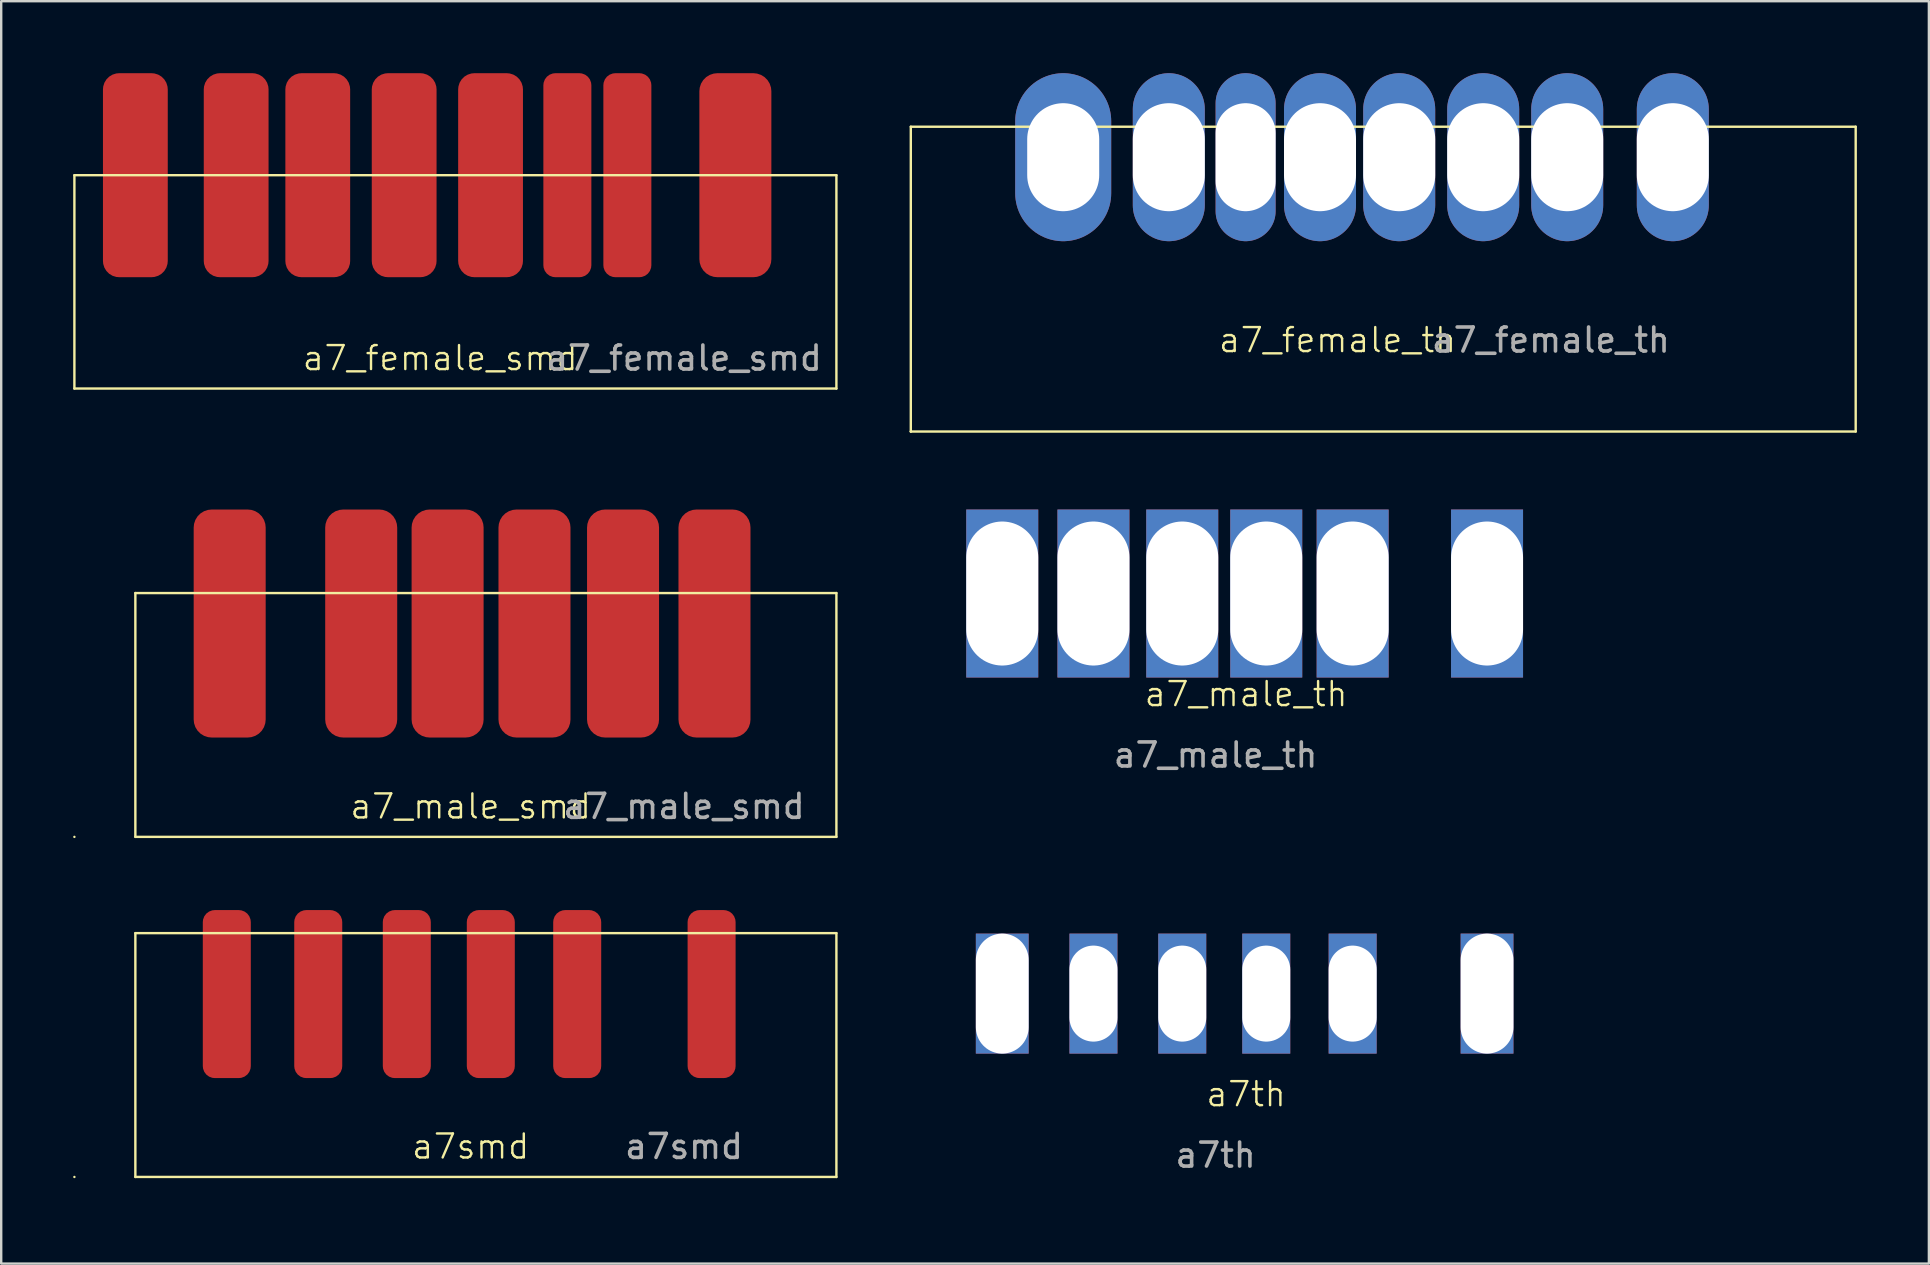
<source format=kicad_pcb>
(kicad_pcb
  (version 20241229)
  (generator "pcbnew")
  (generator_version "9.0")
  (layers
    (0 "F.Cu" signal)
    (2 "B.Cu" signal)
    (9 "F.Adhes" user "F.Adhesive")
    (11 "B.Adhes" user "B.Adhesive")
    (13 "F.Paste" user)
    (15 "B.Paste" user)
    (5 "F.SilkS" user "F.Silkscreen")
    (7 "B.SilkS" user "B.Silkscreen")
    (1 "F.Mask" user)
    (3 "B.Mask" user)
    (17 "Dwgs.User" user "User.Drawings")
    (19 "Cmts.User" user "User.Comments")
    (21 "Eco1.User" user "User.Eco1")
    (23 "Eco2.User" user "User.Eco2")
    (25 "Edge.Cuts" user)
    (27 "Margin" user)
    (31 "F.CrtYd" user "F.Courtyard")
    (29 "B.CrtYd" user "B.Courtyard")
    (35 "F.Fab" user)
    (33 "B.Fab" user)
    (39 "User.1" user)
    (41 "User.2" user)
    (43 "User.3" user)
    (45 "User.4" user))
  (footprint "a7th"
    (layer "F.Cu")
    (at 38.71 46.35)
    (property "Reference" "a7th" (at 10.16 -3.81 0) (unlocked yes) (layer "F.SilkS") (effects (font (size 1 1) (thickness 0.1))))
    (attr through_hole)
    (fp_line (start -3.81 -11.43) (end 22.86 -11.43) (stroke (width 0.1) (type default)) (layer "B.Mask"))
    (fp_line (start -3.81 0) (end -3.81 -11.43) (stroke (width 0.1) (type default)) (layer "B.Mask"))
    (fp_line (start 22.86 -11.43) (end 22.86 0) (stroke (width 0.1) (type default)) (layer "B.Mask"))
    (fp_line (start 22.86 0) (end -3.81 0) (stroke (width 0.1) (type default)) (layer "B.Mask"))
    (fp_text user "${REFERENCE}" (at 8.89 -1.27 0) (unlocked yes) (layer "F.Fab") (effects (font (size 1 1) (thickness 0.15))))
    (pad "1" thru_hole rect (at 0 -8 90) (size 5 2.2) (drill oval 5 2.2) (layers "*.Cu" "*.Mask"))
    (pad "2" thru_hole rect (at 3.8 -8 90) (size 5 2) (drill oval 4 2) (layers "*.Cu" "*.Mask"))
    (pad "3" thru_hole rect (at 7.5 -8 90) (size 5 2) (drill oval 4 2) (layers "*.Cu" "*.Mask"))
    (pad "4" thru_hole rect (at 11 -8 90) (size 5 2) (drill oval 4 2) (layers "*.Cu" "*.Mask"))
    (pad "5" thru_hole rect (at 14.6 -8 90) (size 5 2) (drill oval 4 2) (layers "*.Cu" "*.Mask"))
    (pad "6" thru_hole rect (at 20.2 -8 90) (size 5 2.2) (drill oval 5 2.2) (layers "*.Cu" "*.Mask")))
  (footprint "a7_female_th"
    (layer "F.Cu")
    (at 41.25 14.93)
    (property "Reference" "a7_female_th" (at 11.43 -3.81 0) (unlocked yes) (layer "F.SilkS") (effects (font (size 1 1) (thickness 0.1))))
    (attr through_hole)
    (fp_line (start -6.35 -12.7) (end 25.4 -12.7) (stroke (width 0.1) (type default)) (layer "F.SilkS"))
    (fp_line (start -6.35 0) (end -6.35 -12.7) (stroke (width 0.1) (type default)) (layer "F.SilkS"))
    (fp_line (start -6.35 0) (end -6.35 0) (stroke (width 0.1) (type default)) (layer "F.SilkS"))
    (fp_line (start 25.4 -12.7) (end 33.02 -12.7) (stroke (width 0.1) (type default)) (layer "F.SilkS"))
    (fp_line (start 33.02 -12.7) (end 33.02 0) (stroke (width 0.1) (type default)) (layer "F.SilkS"))
    (fp_line (start 33.02 0) (end -6.35 0) (stroke (width 0.1) (type default)) (layer "F.SilkS"))
    (fp_text user "${REFERENCE}" (at 20.32 -3.81 0) (unlocked yes) (layer "F.Fab") (effects (font (size 1 1) (thickness 0.15))))
    (pad "1" thru_hole oval (at 0 -11.43 90) (size 7 4) (drill oval 4.5 3) (layers "*.Cu" "*.Mask"))
    (pad "2" thru_hole oval (at 4.4 -11.43 90) (size 7 3) (drill oval 4.5 3) (layers "*.Cu" "*.Mask"))
    (pad "3" thru_hole oval (at 7.6 -11.43 90) (size 7 2.5) (drill oval 4.5 2.5) (layers "*.Cu" "*.Mask"))
    (pad "4" thru_hole oval (at 10.7 -11.43 90) (size 7 3) (drill oval 4.5 3) (layers "*.Cu" "*.Mask"))
    (pad "5" thru_hole oval (at 14 -11.43 90) (size 7 3) (drill oval 4.5 3) (layers "*.Cu" "*.Mask"))
    (pad "6" thru_hole oval (at 17.5 -11.43 90) (size 7 3) (drill oval 4.5 3) (layers "*.Cu" "*.Mask"))
    (pad "7" thru_hole oval (at 21 -11.43 90) (size 7 3) (drill oval 4.5 3) (layers "*.Cu" "*.Mask"))
    (pad "8" thru_hole oval (at 25.4 -11.43 90) (size 7 3) (drill oval 4.5 3) (layers "*.Cu" "*.Mask")))
  (footprint "a7_female_smd"
    (layer "F.Cu")
    (at 2.59 10.6)
    (property "Reference" "a7_female_smd" (at 12.7 1.27 0) (unlocked yes) (layer "F.SilkS") (effects (font (size 1 1) (thickness 0.1))))
    (attr smd)
    (fp_line (start -2.54 -6.35) (end 29.21 -6.35) (stroke (width 0.1) (type default)) (layer "F.SilkS"))
    (fp_line (start -2.54 2.54) (end -2.54 -6.35) (stroke (width 0.1) (type default)) (layer "F.SilkS"))
    (fp_line (start 29.21 -6.35) (end 29.21 2.54) (stroke (width 0.1) (type default)) (layer "F.SilkS"))
    (fp_line (start 29.21 2.54) (end -2.54 2.54) (stroke (width 0.1) (type default)) (layer "F.SilkS"))
    (fp_text user "${REFERENCE}" (at 22.86 1.27 0) (unlocked yes) (layer "F.Fab") (effects (font (size 1 1) (thickness 0.15))))
    (pad "1" smd roundrect (at 0 -6.35 90) (size 8.5 2.7) (layers "F.Cu" "F.Mask" "F.Paste") (roundrect_rratio 0.25))
    (pad "2" smd roundrect (at 4.2 -6.35 90) (size 8.5 2.7) (layers "F.Cu" "F.Mask" "F.Paste") (roundrect_rratio 0.25))
    (pad "3" smd roundrect (at 7.6 -6.35 90) (size 8.5 2.7) (layers "F.Cu" "F.Mask" "F.Paste") (roundrect_rratio 0.25))
    (pad "4" smd roundrect (at 11.2 -6.35 90) (size 8.5 2.7) (layers "F.Cu" "F.Mask" "F.Paste") (roundrect_rratio 0.25))
    (pad "5" smd roundrect (at 14.8 -6.35 90) (size 8.5 2.7) (layers "F.Cu" "F.Mask" "F.Paste") (roundrect_rratio 0.25))
    (pad "6" smd roundrect (at 18 -6.35 90) (size 8.5 2) (layers "F.Cu" "F.Mask" "F.Paste") (roundrect_rratio 0.25))
    (pad "7" smd roundrect (at 20.5 -6.35 90) (size 8.5 2) (layers "F.Cu" "F.Mask" "F.Paste") (roundrect_rratio 0.25))
    (pad "7" smd roundrect (at 25 -6.35 90) (size 8.5 3) (layers "F.Cu" "F.Mask" "F.Paste") (roundrect_rratio 0.25)))
  (footprint "a7_male_th"
    (layer "F.Cu")
    (at 38.71 29.68)
    (property "Reference" "a7_male_th" (at 10.16 -3.81 0) (unlocked yes) (layer "F.SilkS") (effects (font (size 1 1) (thickness 0.1))))
    (attr through_hole)
    (fp_line (start -3.81 -11.43) (end 22.86 -11.43) (stroke (width 0.1) (type default)) (layer "B.Mask"))
    (fp_line (start -3.81 0) (end -3.81 -11.43) (stroke (width 0.1) (type default)) (layer "B.Mask"))
    (fp_line (start 22.86 -11.43) (end 22.86 0) (stroke (width 0.1) (type default)) (layer "B.Mask"))
    (fp_line (start 22.86 0) (end -3.81 0) (stroke (width 0.1) (type default)) (layer "B.Mask"))
    (fp_text user "${REFERENCE}" (at 8.89 -1.27 0) (unlocked yes) (layer "F.Fab") (effects (font (size 1 1) (thickness 0.15))))
    (pad "1" thru_hole rect (at 0 -8 90) (size 7 3) (drill oval 6 3) (layers "*.Cu" "*.Mask"))
    (pad "2" thru_hole rect (at 3.8 -8 90) (size 7 3) (drill oval 6 3) (layers "*.Cu" "*.Mask"))
    (pad "3" thru_hole rect (at 7.5 -8 90) (size 7 3) (drill oval 6 3) (layers "*.Cu" "*.Mask"))
    (pad "4" thru_hole rect (at 11 -8 90) (size 7 3) (drill oval 6 3) (layers "*.Cu" "*.Mask"))
    (pad "5" thru_hole rect (at 14.6 -8 90) (size 7 3) (drill oval 6 3) (layers "*.Cu" "*.Mask"))
    (pad "6" thru_hole rect (at 20.2 -8 90) (size 7 3) (drill oval 6 3) (layers "*.Cu" "*.Mask")))
  (footprint "a7_male_smd"
    (layer "F.Cu")
    (at 6.4 30.55)
    (property "Reference" "a7_male_smd" (at 10.16 0 0) (unlocked yes) (layer "F.SilkS") (effects (font (size 1 1) (thickness 0.1))))
    (attr smd)
    (fp_line (start -6.35 1.27) (end -6.35 1.27) (stroke (width 0.1) (type default)) (layer "F.SilkS"))
    (fp_line (start -3.81 1.27) (end -3.81 -8.89) (stroke (width 0.1) (type default)) (layer "F.SilkS"))
    (fp_line (start 25.4 -8.89) (end -3.81 -8.89) (stroke (width 0.1) (type default)) (layer "F.SilkS"))
    (fp_line (start 25.4 -8.89) (end 25.4 1.27) (stroke (width 0.1) (type default)) (layer "F.SilkS"))
    (fp_line (start 25.4 1.27) (end -3.81 1.27) (stroke (width 0.1) (type default)) (layer "F.SilkS"))
    (fp_text user "${REFERENCE}" (at 19.05 0 0) (unlocked yes) (layer "F.Fab") (effects (font (size 1 1) (thickness 0.15))))
    (pad "1" smd roundrect (at 0.12 -7.62 270) (size 9.5 3) (layers "F.Cu" "F.Mask" "F.Paste") (roundrect_rratio 0.25))
    (pad "2" smd roundrect (at 5.6 -7.62 270) (size 9.5 3) (layers "F.Cu" "F.Mask" "F.Paste") (roundrect_rratio 0.25))
    (pad "3" smd roundrect (at 9.2 -7.62 270) (size 9.5 3) (layers "F.Cu" "F.Mask" "F.Paste") (roundrect_rratio 0.25))
    (pad "4" smd roundrect (at 12.82 -7.62 270) (size 9.5 3) (layers "F.Cu" "F.Mask" "F.Paste") (roundrect_rratio 0.25))
    (pad "5" smd roundrect (at 16.51 -7.62 270) (size 9.5 3) (layers "F.Cu" "F.Mask" "F.Paste") (roundrect_rratio 0.25))
    (pad "6" smd roundrect (at 20.32 -7.62 270) (size 9.5 3) (layers "F.Cu" "F.Mask" "F.Paste") (roundrect_rratio 0.25)))
  (footprint "a7smd"
    (layer "F.Cu")
    (at 6.4 44.72)
    (property "Reference" "a7smd" (at 10.16 0 0) (unlocked yes) (layer "F.SilkS") (effects (font (size 1 1) (thickness 0.1))))
    (attr smd)
    (fp_line (start -6.35 1.27) (end -6.35 1.27) (stroke (width 0.1) (type default)) (layer "F.SilkS"))
    (fp_line (start -3.81 -8.89) (end 25.4 -8.89) (stroke (width 0.1) (type default)) (layer "F.SilkS"))
    (fp_line (start -3.81 1.27) (end -3.81 -8.89) (stroke (width 0.1) (type default)) (layer "F.SilkS"))
    (fp_line (start 25.4 -8.89) (end 25.4 1.27) (stroke (width 0.1) (type default)) (layer "F.SilkS"))
    (fp_line (start 25.4 1.27) (end -3.81 1.27) (stroke (width 0.1) (type default)) (layer "F.SilkS"))
    (fp_text user "${REFERENCE}" (at 19.05 0 0) (unlocked yes) (layer "F.Fab") (effects (font (size 1 1) (thickness 0.15))))
    (pad "1" smd roundrect (at 0 -6.35 90) (size 7 2) (layers "F.Cu" "F.Mask" "F.Paste") (roundrect_rratio 0.25))
    (pad "2" smd roundrect (at 3.81 -6.35 90) (size 7 2) (layers "F.Cu" "F.Mask" "F.Paste") (roundrect_rratio 0.25))
    (pad "3" smd roundrect (at 7.5 -6.35 90) (size 7 2) (layers "F.Cu" "F.Mask" "F.Paste") (roundrect_rratio 0.25))
    (pad "4" smd roundrect (at 11 -6.35 90) (size 7 2) (layers "F.Cu" "F.Mask" "F.Paste") (roundrect_rratio 0.25))
    (pad "5" smd roundrect (at 14.6 -6.35 90) (size 7 2) (layers "F.Cu" "F.Mask" "F.Paste") (roundrect_rratio 0.25))
    (pad "6" smd roundrect (at 20.2 -6.35 90) (size 7 2) (layers "F.Cu" "F.Mask" "F.Paste") (roundrect_rratio 0.25)))
  (gr_rect
    (start -3 -3)
    (end 77.32 49.6)
    (stroke (width 0.1) (type default))
    (fill no)
    (layer "Edge.Cuts")))
</source>
